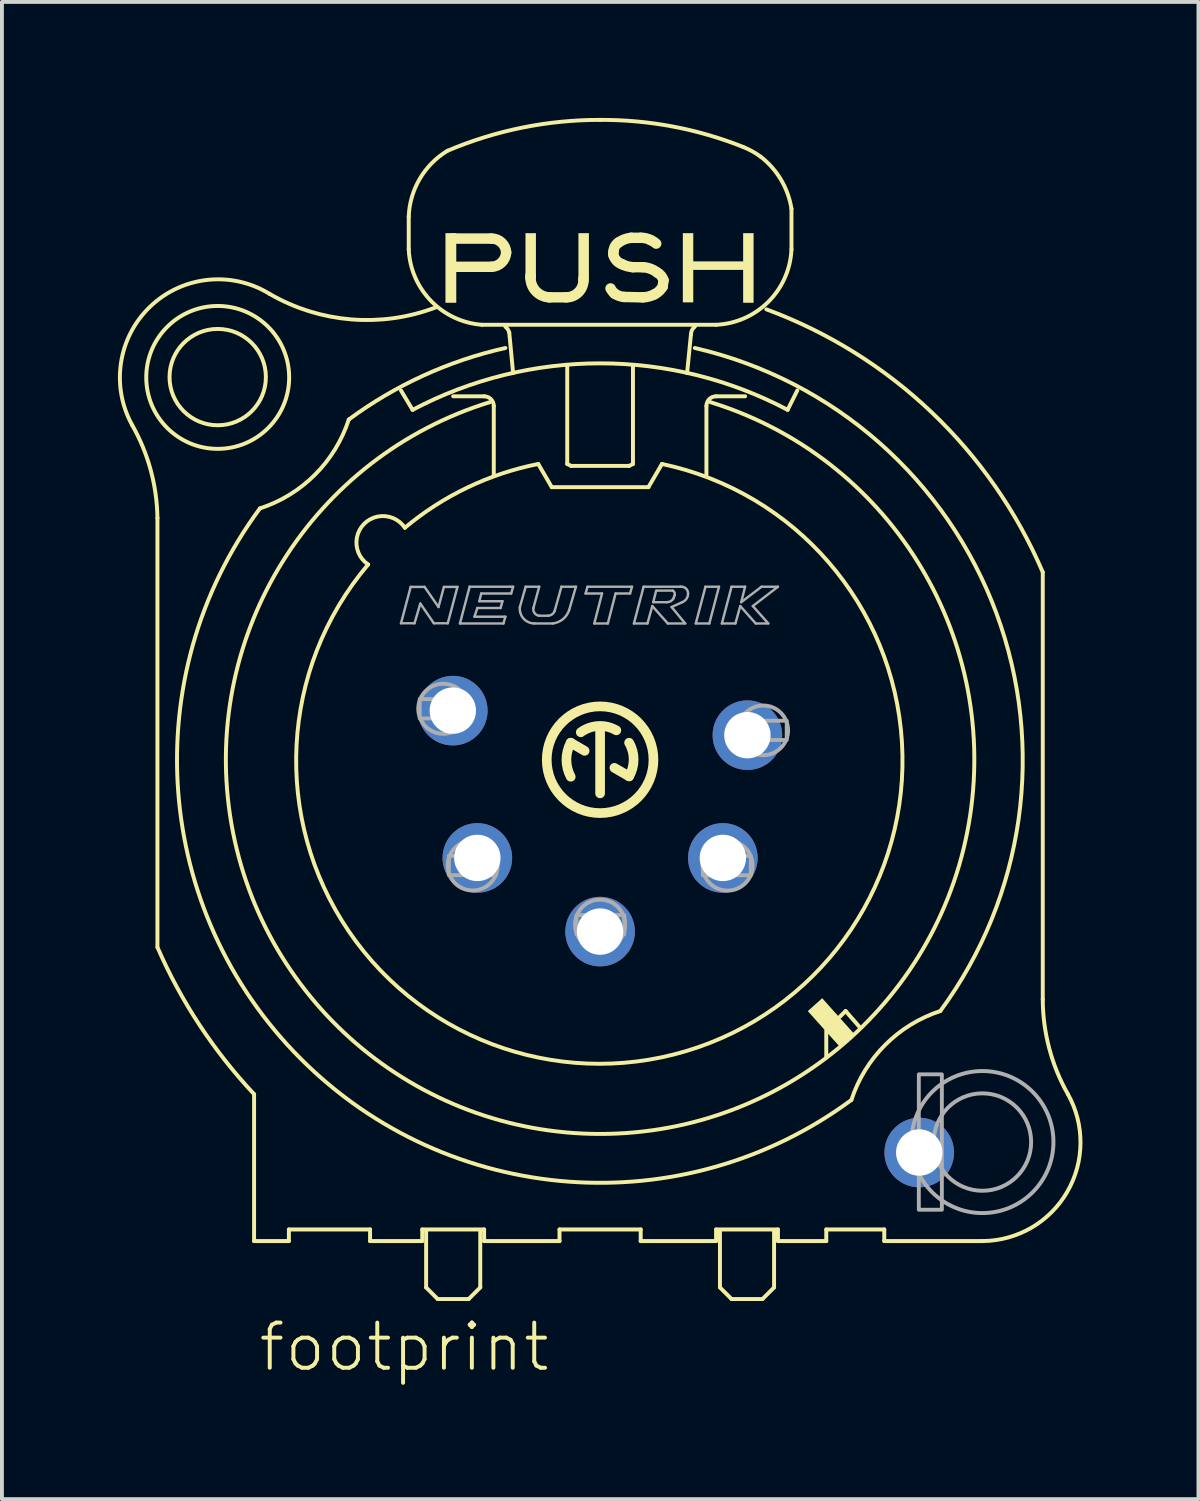
<source format=kicad_pcb>
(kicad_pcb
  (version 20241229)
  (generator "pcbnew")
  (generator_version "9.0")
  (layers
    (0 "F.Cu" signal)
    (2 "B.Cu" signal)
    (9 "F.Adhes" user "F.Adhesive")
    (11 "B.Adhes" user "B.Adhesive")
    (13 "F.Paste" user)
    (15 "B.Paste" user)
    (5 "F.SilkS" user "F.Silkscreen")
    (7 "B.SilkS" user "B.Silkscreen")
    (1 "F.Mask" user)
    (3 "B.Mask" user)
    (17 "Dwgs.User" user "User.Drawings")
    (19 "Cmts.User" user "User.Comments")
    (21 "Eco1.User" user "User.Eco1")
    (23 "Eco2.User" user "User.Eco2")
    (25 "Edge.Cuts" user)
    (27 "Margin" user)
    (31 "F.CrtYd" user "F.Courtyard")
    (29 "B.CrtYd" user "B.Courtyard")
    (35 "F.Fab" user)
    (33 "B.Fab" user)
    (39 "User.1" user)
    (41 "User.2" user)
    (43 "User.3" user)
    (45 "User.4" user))
  (footprint "footprint"
    (layer "F.Cu")
    (at 12.472 16.601)
    (property "Reference" "footprint" (at -8.89 15.875 0) (layer "F.SilkS") (effects (font (size 1.168 1.168) (thickness 0.102)) (justify left bottom)))
    (fp_line (start -11.45 4.85) (end -11.45 -6.25) (stroke (width 0.102) (type solid)) (layer "F.SilkS"))
    (fp_line (start -8.95 8.65) (end -8.95 12.45) (stroke (width 0.102) (type solid)) (layer "F.SilkS"))
    (fp_line (start -8.95 12.45) (end -8.05 12.45) (stroke (width 0.102) (type solid)) (layer "F.SilkS"))
    (fp_line (start -8.05 12.15) (end -5.95 12.15) (stroke (width 0.102) (type solid)) (layer "F.SilkS"))
    (fp_line (start -8.05 12.45) (end -8.05 12.15) (stroke (width 0.102) (type solid)) (layer "F.SilkS"))
    (fp_line (start -5.95 12.15) (end -5.95 12.45) (stroke (width 0.102) (type solid)) (layer "F.SilkS"))
    (fp_line (start -5.95 12.45) (end -4.6 12.45) (stroke (width 0.102) (type solid)) (layer "F.SilkS"))
    (fp_line (start -4.95 -14.05) (end -4.95 -13.2) (stroke (width 0.102) (type solid)) (layer "F.SilkS"))
    (fp_line (start -4.85 -9.05) (end -5.15 -9.55) (stroke (width 0.102) (type solid)) (layer "F.SilkS"))
    (fp_line (start -4.6 12.15) (end -3 12.15) (stroke (width 0.102) (type solid)) (layer "F.SilkS"))
    (fp_line (start -4.6 12.45) (end -4.6 12.15) (stroke (width 0.102) (type solid)) (layer "F.SilkS"))
    (fp_line (start -4.5 12.2) (end -4.5 13.65) (stroke (width 0.102) (type solid)) (layer "F.SilkS"))
    (fp_line (start -4.5 13.65) (end -4.2 13.95) (stroke (width 0.102) (type solid)) (layer "F.SilkS"))
    (fp_line (start -4.2 13.95) (end -3.4 13.95) (stroke (width 0.102) (type solid)) (layer "F.SilkS"))
    (fp_line (start -3.84 -13.48) (end -2.81 -13.48) (stroke (width 0.27) (type solid)) (layer "F.SilkS"))
    (fp_line (start -3.8 -9.4) (end -3 -9.4) (stroke (width 0.102) (type solid)) (layer "F.SilkS"))
    (fp_line (start -3.4 13.95) (end -3.1 13.65) (stroke (width 0.102) (type solid)) (layer "F.SilkS"))
    (fp_line (start -3.1 13.65) (end -3.1 12.2) (stroke (width 0.102) (type solid)) (layer "F.SilkS"))
    (fp_line (start -3.05 -11.25) (end 3 -11.25) (stroke (width 0.102) (type solid)) (layer "F.SilkS"))
    (fp_line (start -3 12.15) (end -3 12.45) (stroke (width 0.102) (type solid)) (layer "F.SilkS"))
    (fp_line (start -3 12.45) (end -1.05 12.45) (stroke (width 0.102) (type solid)) (layer "F.SilkS"))
    (fp_line (start -2.81 -12.75) (end -3.77 -12.75) (stroke (width 0.27) (type solid)) (layer "F.SilkS"))
    (fp_line (start -2.75 -9.15) (end -2.75 -7.35) (stroke (width 0.102) (type solid)) (layer "F.SilkS"))
    (fp_line (start -2.25 -10) (end -2.35 -11.05) (stroke (width 0.102) (type solid)) (layer "F.SilkS"))
    (fp_line (start -1.8 -12.53) (end -1.8 -12.47) (stroke (width 0.27) (type solid)) (layer "F.SilkS"))
    (fp_line (start -1.6 -7.65) (end -1.25 -7.05) (stroke (width 0.102) (type solid)) (layer "F.SilkS"))
    (fp_line (start -1.31 -11.96) (end -0.88 -11.96) (stroke (width 0.27) (type solid)) (layer "F.SilkS"))
    (fp_line (start -1.25 -7.05) (end 1.25 -7.05) (stroke (width 0.102) (type solid)) (layer "F.SilkS"))
    (fp_line (start -1.05 12.15) (end 1.05 12.15) (stroke (width 0.102) (type solid)) (layer "F.SilkS"))
    (fp_line (start -1.05 12.45) (end -1.05 12.15) (stroke (width 0.102) (type solid)) (layer "F.SilkS"))
    (fp_line (start -0.85 -10.2) (end -0.85 -7.65) (stroke (width 0.102) (type solid)) (layer "F.SilkS"))
    (fp_line (start -0.85 -7.65) (end -0.75 -7.6) (stroke (width 0.102) (type solid)) (layer "F.SilkS"))
    (fp_line (start -0.76 -0.44) (end -0.4 -0.23) (stroke (width 0.25) (type solid)) (layer "F.SilkS"))
    (fp_line (start -0.75 -7.6) (end 0.75 -7.6) (stroke (width 0.102) (type solid)) (layer "F.SilkS"))
    (fp_line (start -0.43 -12.4) (end -0.43 -12.45) (stroke (width 0.27) (type solid)) (layer "F.SilkS"))
    (fp_line (start 0 0.87) (end 0 -0.78) (stroke (width 0.25) (type solid)) (layer "F.SilkS"))
    (fp_line (start 0.37 0.21) (end 0.75 0.43) (stroke (width 0.25) (type solid)) (layer "F.SilkS"))
    (fp_line (start 0.62 -11.97) (end 1.1 -11.96) (stroke (width 0.27) (type solid)) (layer "F.SilkS"))
    (fp_line (start 0.75 -7.6) (end 0.85 -7.65) (stroke (width 0.102) (type solid)) (layer "F.SilkS"))
    (fp_line (start 0.8 -13.5) (end 1.05 -13.5) (stroke (width 0.27) (type solid)) (layer "F.SilkS"))
    (fp_line (start 0.85 -7.65) (end 0.85 -10.2) (stroke (width 0.102) (type solid)) (layer "F.SilkS"))
    (fp_line (start 1.05 12.15) (end 1.05 12.45) (stroke (width 0.102) (type solid)) (layer "F.SilkS"))
    (fp_line (start 1.05 12.45) (end 3 12.45) (stroke (width 0.102) (type solid)) (layer "F.SilkS"))
    (fp_line (start 1.1 -12.74) (end 0.85 -12.74) (stroke (width 0.27) (type solid)) (layer "F.SilkS"))
    (fp_line (start 1.25 -7.05) (end 1.6 -7.65) (stroke (width 0.102) (type solid)) (layer "F.SilkS"))
    (fp_line (start 1.62 -12.24) (end 1.64 -12.4) (stroke (width 0.27) (type solid)) (layer "F.SilkS"))
    (fp_line (start 2.25 -10) (end 2.35 -11) (stroke (width 0.102) (type solid)) (layer "F.SilkS"))
    (fp_line (start 2.75 -9.15) (end 2.75 -7.35) (stroke (width 0.102) (type solid)) (layer "F.SilkS"))
    (fp_line (start 3 12.15) (end 4.6 12.15) (stroke (width 0.102) (type solid)) (layer "F.SilkS"))
    (fp_line (start 3 12.45) (end 3 12.15) (stroke (width 0.102) (type solid)) (layer "F.SilkS"))
    (fp_line (start 3.1 12.2) (end 3.1 13.65) (stroke (width 0.102) (type solid)) (layer "F.SilkS"))
    (fp_line (start 3.1 13.65) (end 3.4 13.95) (stroke (width 0.102) (type solid)) (layer "F.SilkS"))
    (fp_line (start 3.4 13.95) (end 4.2 13.95) (stroke (width 0.102) (type solid)) (layer "F.SilkS"))
    (fp_line (start 3.75 -9.4) (end 3 -9.4) (stroke (width 0.102) (type solid)) (layer "F.SilkS"))
    (fp_line (start 4.2 13.95) (end 4.5 13.65) (stroke (width 0.102) (type solid)) (layer "F.SilkS"))
    (fp_line (start 4.5 13.65) (end 4.5 12.2) (stroke (width 0.102) (type solid)) (layer "F.SilkS"))
    (fp_line (start 4.6 12.15) (end 4.6 12.45) (stroke (width 0.102) (type solid)) (layer "F.SilkS"))
    (fp_line (start 4.6 12.45) (end 5.85 12.45) (stroke (width 0.102) (type solid)) (layer "F.SilkS"))
    (fp_line (start 4.95 -13.2) (end 4.95 -14.25) (stroke (width 0.102) (type solid)) (layer "F.SilkS"))
    (fp_line (start 5.1 -9.55) (end 4.85 -9.05) (stroke (width 0.102) (type solid)) (layer "F.SilkS"))
    (fp_line (start 5.85 7.7) (end 5.85 7) (stroke (width 0.102) (type solid)) (layer "F.SilkS"))
    (fp_line (start 5.85 12.15) (end 7.35 12.15) (stroke (width 0.102) (type solid)) (layer "F.SilkS"))
    (fp_line (start 5.85 12.45) (end 5.85 12.15) (stroke (width 0.102) (type solid)) (layer "F.SilkS"))
    (fp_line (start 6.2 6.65) (end 6.35 6.5) (stroke (width 0.102) (type solid)) (layer "F.SilkS"))
    (fp_line (start 6.35 6.5) (end 6.7 6.9) (stroke (width 0.102) (type solid)) (layer "F.SilkS"))
    (fp_line (start 7.35 12.15) (end 7.35 12.45) (stroke (width 0.102) (type solid)) (layer "F.SilkS"))
    (fp_line (start 7.35 12.45) (end 9.9 12.45) (stroke (width 0.102) (type solid)) (layer "F.SilkS"))
    (fp_line (start 11.45 6.2) (end 11.45 -4.85) (stroke (width 0.102) (type solid)) (layer "F.SilkS"))
    (fp_arc (start -12.1 -8.65) (mid -11.623725 -7.49097) (end -11.45 -6.25) (stroke (width 0.1016) (type solid)) (layer "F.SilkS"))
    (fp_arc (start -12.1 -8.65) (mid -11.637658 -11.720571) (end -8.549998 -12.05) (stroke (width 0.1016) (type solid)) (layer "F.SilkS"))
    (fp_arc (start -8.95 8.65) (mid -10.363387 6.857491) (end -11.45 4.85) (stroke (width 0.1016) (type solid)) (layer "F.SilkS"))
    (fp_arc (start -6.5 -8.8) (mid -7.373887 -7.373888) (end -8.799999 -6.5) (stroke (width 0.1016) (type solid)) (layer "F.SilkS"))
    (fp_arc (start -6.5 -8.8) (mid -4.571492 -9.936239) (end -2.45 -10.65) (stroke (width 0.1016) (type solid)) (layer "F.SilkS"))
    (fp_arc (start -6 -5.05) (mid -6.102615 -6.102615) (end -5.05 -6) (stroke (width 0.1016) (type solid)) (layer "F.SilkS"))
    (fp_arc (start -5.05 -6) (mid -3.429062 -7.042584) (end -1.6 -7.65) (stroke (width 0.1016) (type solid)) (layer "F.SilkS"))
    (fp_arc (start -4.950001 -14.05) (mid -4.664297 -15.026057) (end -3.95 -15.75) (stroke (width 0.1016) (type solid)) (layer "F.SilkS"))
    (fp_arc (start -4.849999 -9.05) (mid 0 -10.253011) (end 4.85 -9.05) (stroke (width 0.1016) (type solid)) (layer "F.SilkS"))
    (fp_arc (start -4.25 -11.699999) (mid -6.439494 -11.38979) (end -8.55 -12.05) (stroke (width 0.1016) (type solid)) (layer "F.SilkS"))
    (fp_arc (start -3.95 -15.75) (mid -2.015493 -16.349936) (end 0 -16.55) (stroke (width 0.1016) (type solid)) (layer "F.SilkS"))
    (fp_arc (start -3.05 -11.25) (mid -4.370688 -11.863817) (end -4.95 -13.2) (stroke (width 0.1016) (type solid)) (layer "F.SilkS"))
    (fp_arc (start -3 -9.4) (mid -2.823223 -9.326777) (end -2.75 -9.15) (stroke (width 0.1016) (type solid)) (layer "F.SilkS"))
    (fp_arc (start -2.81 -13.48) (mid -2.547208 -13.376836) (end -2.429998 -13.12) (stroke (width 0.27) (type solid)) (layer "F.SilkS"))
    (fp_arc (start -2.45 -11.199999) (mid -2.387829 -11.133113) (end -2.35 -11.05) (stroke (width 0.1016) (type solid)) (layer "F.SilkS"))
    (fp_arc (start -2.43 -13.12) (mid -2.547374 -12.860411) (end -2.809999 -12.749999) (stroke (width 0.27) (type solid)) (layer "F.SilkS"))
    (fp_arc (start -1.310001 -11.959999) (mid -1.658213 -12.115835) (end -1.8 -12.47) (stroke (width 0.27) (type solid)) (layer "F.SilkS"))
    (fp_arc (start -0.76 0.44) (mid -0.870865 0) (end -0.76 -0.439999) (stroke (width 0.25) (type solid)) (layer "F.SilkS"))
    (fp_arc (start -0.5 -0.71) (mid -0.047467 -0.872403) (end 0.420001 -0.760001) (stroke (width 0.25) (type solid)) (layer "F.SilkS"))
    (fp_arc (start -0.429999 -12.399999) (mid -0.563672 -12.086596) (end -0.88 -11.96) (stroke (width 0.27) (type solid)) (layer "F.SilkS"))
    (fp_arc (start 0 -16.55) (mid 1.883659 -16.377911) (end 3.7 -15.85) (stroke (width 0.1016) (type solid)) (layer "F.SilkS"))
    (fp_arc (start 0.35 -13.16) (mid 0.387878 -13.286027) (end 0.48 -13.38) (stroke (width 0.27) (type solid)) (layer "F.SilkS"))
    (fp_arc (start 0.35 -13.04) (mid 0.338792 -13.1) (end 0.35 -13.159999) (stroke (width 0.27) (type solid)) (layer "F.SilkS"))
    (fp_arc (start 0.37 -12.06) (mid 0.314187 -12.120528) (end 0.27 -12.19) (stroke (width 0.27) (type solid)) (layer "F.SilkS"))
    (fp_arc (start 0.48 -13.38) (mid 0.632191 -13.460823) (end 0.8 -13.5) (stroke (width 0.27) (type solid)) (layer "F.SilkS"))
    (fp_arc (start 0.56 -12.82) (mid 0.429033 -12.905213) (end 0.35 -13.04) (stroke (width 0.27) (type solid)) (layer "F.SilkS"))
    (fp_arc (start 0.619999 -11.97) (mid 0.489068 -11.998523) (end 0.37 -12.06) (stroke (width 0.27) (type solid)) (layer "F.SilkS"))
    (fp_arc (start 0.75 -0.44) (mid 0.867699 -0.005) (end 0.75 0.43) (stroke (width 0.25) (type solid)) (layer "F.SilkS"))
    (fp_arc (start 0.85 -12.74) (mid 0.700863 -12.765003) (end 0.56 -12.82) (stroke (width 0.27) (type solid)) (layer "F.SilkS"))
    (fp_arc (start 1.05 -13.5) (mid 1.183923 -13.486999) (end 1.31 -13.44) (stroke (width 0.27) (type solid)) (layer "F.SilkS"))
    (fp_arc (start 1.1 -12.74) (mid 1.300928 -12.699661) (end 1.48 -12.6) (stroke (width 0.27) (type solid)) (layer "F.SilkS"))
    (fp_arc (start 1.31 -13.44) (mid 1.383781 -13.400882) (end 1.45 -13.35) (stroke (width 0.27) (type solid)) (layer "F.SilkS"))
    (fp_arc (start 1.41 -12.04) (mid 1.259789 -11.981444) (end 1.1 -11.96) (stroke (width 0.27) (type solid)) (layer "F.SilkS"))
    (fp_arc (start 1.48 -12.6) (mid 1.581093 -12.516874) (end 1.64 -12.4) (stroke (width 0.27) (type solid)) (layer "F.SilkS"))
    (fp_arc (start 1.6 -7.65) (mid 2.518374 7.442169) (end -5.999999 -5.05) (stroke (width 0.1016) (type solid)) (layer "F.SilkS"))
    (fp_arc (start 1.62 -12.24) (mid 1.529802 -12.124457) (end 1.41 -12.04) (stroke (width 0.27) (type solid)) (layer "F.SilkS"))
    (fp_arc (start 2.35 -11) (mid 2.376394 -11.111803) (end 2.450001 -11.2) (stroke (width 0.1016) (type solid)) (layer "F.SilkS"))
    (fp_arc (start 2.450002 -10.65) (mid 10.251109 -3.787873) (end 8.8 6.5) (stroke (width 0.1016) (type solid)) (layer "F.SilkS"))
    (fp_arc (start 2.75 -9.15) (mid 2.823223 -9.326777) (end 3 -9.4) (stroke (width 0.1016) (type solid)) (layer "F.SilkS"))
    (fp_arc (start 2.85 -9.25) (mid 0 9.679101) (end -2.85 -9.25) (stroke (width 0.1016) (type solid)) (layer "F.SilkS"))
    (fp_arc (start 3.7 -15.85) (mid 3.932782 -15.739008) (end 4.15 -15.6) (stroke (width 0.1016) (type solid)) (layer "F.SilkS"))
    (fp_arc (start 4.15 -15.600001) (mid 4.67948 -15.00173) (end 4.95 -14.25) (stroke (width 0.1016) (type solid)) (layer "F.SilkS"))
    (fp_arc (start 4.3 -11.65) (mid 8.575358 -8.986406) (end 11.45 -4.85) (stroke (width 0.1016) (type solid)) (layer "F.SilkS"))
    (fp_arc (start 4.949999 -13.200001) (mid 4.353429 -11.846572) (end 3 -11.25) (stroke (width 0.1016) (type solid)) (layer "F.SilkS"))
    (fp_arc (start 6.5 8.8) (mid -7.739361 7.739361) (end -8.8 -6.5) (stroke (width 0.1016) (type solid)) (layer "F.SilkS"))
    (fp_arc (start 6.5 8.8) (mid 7.374876 7.374876) (end 8.799999 6.5) (stroke (width 0.1016) (type solid)) (layer "F.SilkS"))
    (fp_arc (start 12.099999 8.649999) (mid 12.08264 11.176791) (end 9.9 12.45) (stroke (width 0.1016) (type solid)) (layer "F.SilkS"))
    (fp_arc (start 12.1 8.65) (mid 11.617244 7.466853) (end 11.45 6.2) (stroke (width 0.1016) (type solid)) (layer "F.SilkS"))
    (fp_circle (center -9.891 -9.897) (end -8.645 -9.897) (stroke (width 0.102) (type solid)) (fill no) (layer "F.SilkS"))
    (fp_circle (center -9.891 -9.889) (end -8.043 -9.889) (stroke (width 0.102) (type solid)) (fill no) (layer "F.SilkS"))
    (fp_circle (center 0 0) (end 1.38 0) (stroke (width 0.25) (type solid)) (fill no) (layer "F.SilkS"))
    (fp_poly (pts (xy -4 -11.82) (xy -3.72 -11.82) (xy -3.72 -13.62) (xy -4 -13.62)) (stroke (width 0) (type solid)) (fill yes) (layer "F.SilkS"))
    (fp_poly (pts (xy -1.93 -12.44) (xy -1.66 -12.44) (xy -1.66 -13.62) (xy -1.93 -13.62)) (stroke (width 0) (type solid)) (fill yes) (layer "F.SilkS"))
    (fp_poly (pts (xy -0.56 -12.44) (xy -0.29 -12.44) (xy -0.29 -13.62) (xy -0.56 -13.62)) (stroke (width 0) (type solid)) (fill yes) (layer "F.SilkS"))
    (fp_poly (pts (xy 2.14 -11.83) (xy 2.41 -11.83) (xy 2.41 -13.62) (xy 2.14 -13.62)) (stroke (width 0) (type solid)) (fill yes) (layer "F.SilkS"))
    (fp_poly (pts (xy 2.37 -12.67) (xy 3.74 -12.67) (xy 3.74 -12.89) (xy 2.37 -12.89)) (stroke (width 0) (type solid)) (fill yes) (layer "F.SilkS"))
    (fp_poly (pts (xy 3.7 -11.82) (xy 3.97 -11.82) (xy 3.97 -13.62) (xy 3.7 -13.62)) (stroke (width 0) (type solid)) (fill yes) (layer "F.SilkS"))
    (fp_poly (pts (xy 6.578 7.098) (xy 5.744 6.168) (xy 5.372 6.502) (xy 6.206 7.432)) (stroke (width 0) (type solid)) (fill yes) (layer "F.SilkS"))
    (fp_line (start -5.15 -3.53) (end -4.9 -4.47) (stroke (width 0.063) (type solid)) (layer "F.Fab"))
    (fp_line (start -4.9 -4.47) (end -4.54 -4.47) (stroke (width 0.063) (type solid)) (layer "F.Fab"))
    (fp_line (start -4.8 -3.53) (end -5.15 -3.53) (stroke (width 0.063) (type solid)) (layer "F.Fab"))
    (fp_line (start -4.65 -4.04) (end -4.8 -3.53) (stroke (width 0.063) (type solid)) (layer "F.Fab"))
    (fp_line (start -4.54 -4.47) (end -4.18 -3.95) (stroke (width 0.063) (type solid)) (layer "F.Fab"))
    (fp_line (start -4.3 -3.53) (end -4.65 -4.04) (stroke (width 0.063) (type solid)) (layer "F.Fab"))
    (fp_line (start -4.18 -3.95) (end -4.04 -4.47) (stroke (width 0.063) (type solid)) (layer "F.Fab"))
    (fp_line (start -4.04 -4.47) (end -3.69 -4.47) (stroke (width 0.063) (type solid)) (layer "F.Fab"))
    (fp_line (start -3.94 -3.53) (end -4.3 -3.53) (stroke (width 0.063) (type solid)) (layer "F.Fab"))
    (fp_line (start -3.69 -4.47) (end -3.94 -3.53) (stroke (width 0.063) (type solid)) (layer "F.Fab"))
    (fp_line (start -3.625 -3.525) (end -3.375 -4.475) (stroke (width 0.063) (type solid)) (layer "F.Fab"))
    (fp_line (start -3.375 -4.475) (end -2.25 -4.475) (stroke (width 0.063) (type solid)) (layer "F.Fab"))
    (fp_line (start -3.25 -3.7) (end -2.45 -3.7) (stroke (width 0.063) (type solid)) (layer "F.Fab"))
    (fp_line (start -3.175 -3.925) (end -3.25 -3.7) (stroke (width 0.063) (type solid)) (layer "F.Fab"))
    (fp_line (start -3.125 -4.1) (end -2.525 -4.1) (stroke (width 0.063) (type solid)) (layer "F.Fab"))
    (fp_line (start -3.075 -4.3) (end -3.125 -4.1) (stroke (width 0.063) (type solid)) (layer "F.Fab"))
    (fp_line (start -2.575 -3.925) (end -3.175 -3.925) (stroke (width 0.063) (type solid)) (layer "F.Fab"))
    (fp_line (start -2.525 -4.1) (end -2.575 -3.925) (stroke (width 0.063) (type solid)) (layer "F.Fab"))
    (fp_line (start -2.5 -3.525) (end -3.625 -3.525) (stroke (width 0.063) (type solid)) (layer "F.Fab"))
    (fp_line (start -2.45 -3.7) (end -2.5 -3.525) (stroke (width 0.063) (type solid)) (layer "F.Fab"))
    (fp_line (start -2.3 -4.3) (end -3.075 -4.3) (stroke (width 0.063) (type solid)) (layer "F.Fab"))
    (fp_line (start -2.25 -4.475) (end -2.3 -4.3) (stroke (width 0.063) (type solid)) (layer "F.Fab"))
    (fp_line (start -2.075 -3.95) (end -1.925 -4.475) (stroke (width 0.063) (type solid)) (layer "F.Fab"))
    (fp_line (start -1.925 -4.475) (end -1.575 -4.475) (stroke (width 0.063) (type solid)) (layer "F.Fab"))
    (fp_line (start -1.575 -4.475) (end -1.725 -3.925) (stroke (width 0.063) (type solid)) (layer "F.Fab"))
    (fp_line (start -1.575 -3.725) (end -1.35 -3.725) (stroke (width 0.063) (type solid)) (layer "F.Fab"))
    (fp_line (start -1.225 -3.525) (end -1.7 -3.525) (stroke (width 0.063) (type solid)) (layer "F.Fab"))
    (fp_line (start -1.175 -3.85) (end -1 -4.475) (stroke (width 0.063) (type solid)) (layer "F.Fab"))
    (fp_line (start -1 -4.475) (end -0.625 -4.475) (stroke (width 0.063) (type solid)) (layer "F.Fab"))
    (fp_line (start -0.625 -4.475) (end -0.8 -3.875) (stroke (width 0.063) (type solid)) (layer "F.Fab"))
    (fp_line (start -0.375 -4.3) (end -0.325 -4.475) (stroke (width 0.063) (type solid)) (layer "F.Fab"))
    (fp_line (start -0.325 -4.475) (end 0.825 -4.475) (stroke (width 0.063) (type solid)) (layer "F.Fab"))
    (fp_line (start -0.15 -3.525) (end 0.05 -4.3) (stroke (width 0.063) (type solid)) (layer "F.Fab"))
    (fp_line (start 0.05 -4.3) (end -0.375 -4.3) (stroke (width 0.063) (type solid)) (layer "F.Fab"))
    (fp_line (start 0.2 -3.525) (end -0.15 -3.525) (stroke (width 0.063) (type solid)) (layer "F.Fab"))
    (fp_line (start 0.4 -4.3) (end 0.2 -3.525) (stroke (width 0.063) (type solid)) (layer "F.Fab"))
    (fp_line (start 0.775 -4.3) (end 0.4 -4.3) (stroke (width 0.063) (type solid)) (layer "F.Fab"))
    (fp_line (start 0.825 -4.475) (end 0.775 -4.3) (stroke (width 0.063) (type solid)) (layer "F.Fab"))
    (fp_line (start 0.875 -3.525) (end 1.125 -4.475) (stroke (width 0.063) (type solid)) (layer "F.Fab"))
    (fp_line (start 1.125 -4.475) (end 2.075 -4.475) (stroke (width 0.063) (type solid)) (layer "F.Fab"))
    (fp_line (start 1.225 -3.525) (end 0.875 -3.525) (stroke (width 0.063) (type solid)) (layer "F.Fab"))
    (fp_line (start 1.35 -3.975) (end 1.225 -3.525) (stroke (width 0.063) (type solid)) (layer "F.Fab"))
    (fp_line (start 1.375 -4.075) (end 1.725 -4.075) (stroke (width 0.063) (type solid)) (layer "F.Fab"))
    (fp_line (start 1.45 -4.375) (end 1.375 -4.075) (stroke (width 0.063) (type solid)) (layer "F.Fab"))
    (fp_line (start 1.75 -3.525) (end 1.35 -3.975) (stroke (width 0.063) (type solid)) (layer "F.Fab"))
    (fp_line (start 1.85 -3.95) (end 2.2 -3.525) (stroke (width 0.063) (type solid)) (layer "F.Fab"))
    (fp_line (start 1.875 -4.375) (end 1.475 -4.375) (stroke (width 0.063) (type solid)) (layer "F.Fab"))
    (fp_line (start 1.9 -4.175) (end 1.925 -4.25) (stroke (width 0.063) (type solid)) (layer "F.Fab"))
    (fp_line (start 2.125 -4.075) (end 1.85 -3.95) (stroke (width 0.063) (type solid)) (layer "F.Fab"))
    (fp_line (start 2.2 -3.525) (end 1.75 -3.525) (stroke (width 0.063) (type solid)) (layer "F.Fab"))
    (fp_line (start 2.475 -3.525) (end 2.725 -4.475) (stroke (width 0.063) (type solid)) (layer "F.Fab"))
    (fp_line (start 2.725 -4.475) (end 3.075 -4.475) (stroke (width 0.063) (type solid)) (layer "F.Fab"))
    (fp_line (start 2.825 -3.525) (end 2.475 -3.525) (stroke (width 0.063) (type solid)) (layer "F.Fab"))
    (fp_line (start 3.075 -4.475) (end 2.825 -3.525) (stroke (width 0.063) (type solid)) (layer "F.Fab"))
    (fp_line (start 3.15 -3.525) (end 3.5 -3.525) (stroke (width 0.063) (type solid)) (layer "F.Fab"))
    (fp_line (start 3.4 -4.475) (end 3.15 -3.525) (stroke (width 0.063) (type solid)) (layer "F.Fab"))
    (fp_line (start 3.5 -3.525) (end 3.625 -3.975) (stroke (width 0.063) (type solid)) (layer "F.Fab"))
    (fp_line (start 3.625 -3.975) (end 4.025 -3.525) (stroke (width 0.063) (type solid)) (layer "F.Fab"))
    (fp_line (start 3.65 -4.075) (end 3.75 -4.475) (stroke (width 0.063) (type solid)) (layer "F.Fab"))
    (fp_line (start 3.75 -4.475) (end 3.4 -4.475) (stroke (width 0.063) (type solid)) (layer "F.Fab"))
    (fp_line (start 3.95 -3.975) (end 4.6 -4.475) (stroke (width 0.063) (type solid)) (layer "F.Fab"))
    (fp_line (start 4.025 -3.525) (end 4.35 -3.525) (stroke (width 0.063) (type solid)) (layer "F.Fab"))
    (fp_line (start 4.175 -4.475) (end 3.65 -4.075) (stroke (width 0.063) (type solid)) (layer "F.Fab"))
    (fp_line (start 4.35 -3.525) (end 3.95 -3.975) (stroke (width 0.063) (type solid)) (layer "F.Fab"))
    (fp_line (start 4.6 -4.475) (end 4.175 -4.475) (stroke (width 0.063) (type solid)) (layer "F.Fab"))
    (fp_arc (start -1.7 -3.525) (mid -1.982521 -3.653658) (end -2.075 -3.95) (stroke (width 0.0634) (type solid)) (layer "F.Fab"))
    (fp_arc (start -1.575001 -3.724999) (mid -1.694241 -3.79182) (end -1.725 -3.925) (stroke (width 0.0634) (type solid)) (layer "F.Fab"))
    (fp_arc (start -1.175001 -3.849999) (mid -1.243029 -3.76024) (end -1.35 -3.725) (stroke (width 0.0634) (type solid)) (layer "F.Fab"))
    (fp_arc (start -0.8 -3.875) (mid -0.960298 -3.636613) (end -1.224999 -3.525) (stroke (width 0.0634) (type solid)) (layer "F.Fab"))
    (fp_arc (start 1.875 -4.375) (mid 1.925888 -4.322855) (end 1.925 -4.25) (stroke (width 0.0634) (type solid)) (layer "F.Fab"))
    (fp_arc (start 1.899999 -4.175) (mid 1.82636 -4.100745) (end 1.725 -4.075) (stroke (width 0.0634) (type solid)) (layer "F.Fab"))
    (fp_arc (start 2.075 -4.475) (mid 2.215619 -4.43392) (end 2.275 -4.299998) (stroke (width 0.0634) (type solid)) (layer "F.Fab"))
    (fp_arc (start 2.275 -4.3) (mid 2.235142 -4.164071) (end 2.125 -4.074999) (stroke (width 0.0634) (type solid)) (layer "F.Fab"))
    (fp_circle (center -4.056 -1.318) (end -3.409 -1.318) (stroke (width 0.102) (type solid)) (fill no) (layer "F.Fab"))
    (fp_circle (center -3.296 2.736) (end -2.65 2.736) (stroke (width 0.102) (type solid)) (fill no) (layer "F.Fab"))
    (fp_circle (center 0 4.265) (end 0.647 4.265) (stroke (width 0.102) (type solid)) (fill no) (layer "F.Fab"))
    (fp_circle (center 3.296 2.737) (end 3.944 2.737) (stroke (width 0.102) (type solid)) (fill no) (layer "F.Fab"))
    (fp_circle (center 4.22 -0.76) (end 4.862 -0.76) (stroke (width 0.102) (type solid)) (fill no) (layer "F.Fab"))
    (fp_circle (center 9.889 9.889) (end 11.149 9.889) (stroke (width 0.102) (type solid)) (fill no) (layer "F.Fab"))
    (fp_circle (center 9.889 9.889) (end 11.726 9.889) (stroke (width 0.102) (type solid)) (fill no) (layer "F.Fab"))
    (fp_poly (pts (xy -4.665 -1.068) (xy -3.446 -1.068) (xy -3.446 -1.569) (xy -4.665 -1.569)) (stroke (width 0.1) (type solid)) (fill no) (layer "F.Fab"))
    (fp_poly (pts (xy -3.911 2.987) (xy -2.697 2.987) (xy -2.697 2.486) (xy -3.911 2.486)) (stroke (width 0.1) (type solid)) (fill no) (layer "F.Fab"))
    (fp_poly (pts (xy -0.61 4.516) (xy 0.626 4.516) (xy 0.626 4.017) (xy -0.61 4.017)) (stroke (width 0.1) (type solid)) (fill no) (layer "F.Fab"))
    (fp_poly (pts (xy 2.66 2.989) (xy 3.897 2.989) (xy 3.897 2.488) (xy 2.66 2.488)) (stroke (width 0.1) (type solid)) (fill no) (layer "F.Fab"))
    (fp_poly (pts (xy 3.611 -0.51) (xy 4.827 -0.51) (xy 4.827 -1.008) (xy 3.611 -1.008)) (stroke (width 0.1) (type solid)) (fill no) (layer "F.Fab"))
    (fp_poly (pts (xy 8.244 11.64) (xy 8.84 11.64) (xy 8.84 8.138) (xy 8.244 8.138)) (stroke (width 0.1) (type solid)) (fill no) (layer "F.Fab"))
    (pad "1" thru_hole circle (at 3.81 -0.635) (size 1.8 1.8) (drill 1.2) (layers "*.Cu" "*.Mask"))
    (pad "2" thru_hole circle (at 3.175 2.54) (size 1.8 1.8) (drill 1.2) (layers "*.Cu" "*.Mask"))
    (pad "3" thru_hole circle (at 0 4.445) (size 1.8 1.8) (drill 1.2) (layers "*.Cu" "*.Mask"))
    (pad "4" thru_hole circle (at -3.175 2.54) (size 1.8 1.8) (drill 1.2) (layers "*.Cu" "*.Mask"))
    (pad "5" thru_hole circle (at -3.81 -1.27) (size 1.8 1.8) (drill 1.2) (layers "*.Cu" "*.Mask"))
    (pad "G" thru_hole circle (at 8.255 10.16) (size 1.8 1.8) (drill 1.2) (layers "*.Cu" "*.Mask")))
  (gr_rect
    (start -3 -3)
    (end 27.949 35.726)
    (stroke (width 0.1) (type default))
    (fill no)
    (layer "Edge.Cuts")))
</source>
